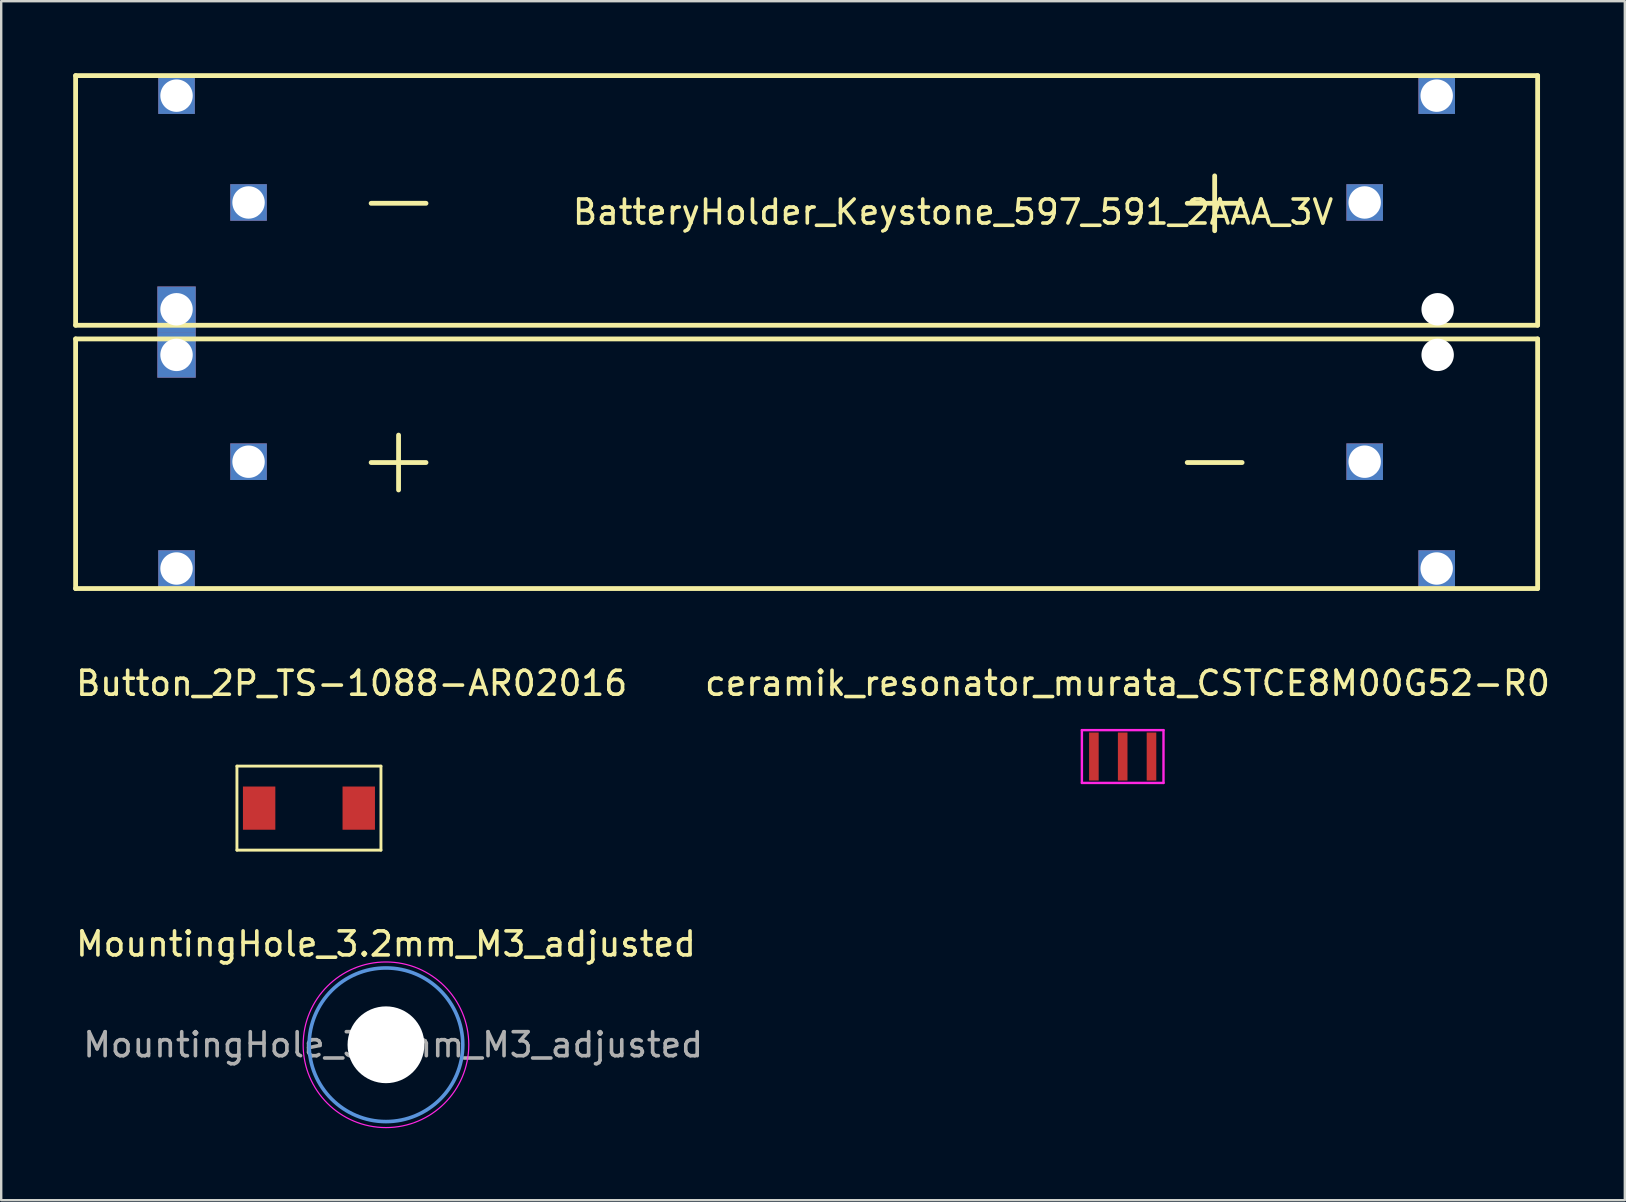
<source format=kicad_pcb>
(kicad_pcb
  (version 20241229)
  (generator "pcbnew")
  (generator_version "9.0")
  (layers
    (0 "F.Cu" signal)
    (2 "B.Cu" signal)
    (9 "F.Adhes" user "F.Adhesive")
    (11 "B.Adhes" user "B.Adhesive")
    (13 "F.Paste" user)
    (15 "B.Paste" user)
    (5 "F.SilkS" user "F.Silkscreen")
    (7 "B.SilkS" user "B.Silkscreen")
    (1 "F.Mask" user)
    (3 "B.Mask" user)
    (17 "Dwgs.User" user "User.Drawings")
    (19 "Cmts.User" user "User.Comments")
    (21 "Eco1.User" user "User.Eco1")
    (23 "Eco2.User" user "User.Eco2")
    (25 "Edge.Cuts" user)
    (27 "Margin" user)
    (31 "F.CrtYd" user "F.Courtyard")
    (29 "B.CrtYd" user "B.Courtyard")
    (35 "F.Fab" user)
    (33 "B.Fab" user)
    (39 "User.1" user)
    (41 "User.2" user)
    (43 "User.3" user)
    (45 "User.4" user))
  (footprint "Button_2P_TS-1088-AR02016"
    (layer "F.Cu")
    (at 9.821 30.618)
    (property "Reference" "Button_2P_TS-1088-AR02016" (at 1.78 -5.2 0) (layer "F.SilkS") (effects (font (size 1 1) (thickness 0.15))))
    (attr smd)
    (fp_line (start -3 -1.75) (end 3 -1.75) (stroke (width 0.12) (type solid)) (layer "F.SilkS"))
    (fp_line (start -3 1.75) (end -3 -1.75) (stroke (width 0.12) (type solid)) (layer "F.SilkS"))
    (fp_line (start 3 -1.75) (end 3 1.75) (stroke (width 0.12) (type solid)) (layer "F.SilkS"))
    (fp_line (start 3 1.75) (end -3 1.75) (stroke (width 0.12) (type solid)) (layer "F.SilkS"))
    (pad "1" smd rect (at -2.075 0) (size 1.35 1.8) (layers "F.Cu" "F.Mask" "F.Paste"))
    (pad "2" smd rect (at 2.075 0) (size 1.35 1.8) (layers "F.Cu" "F.Mask" "F.Paste")))
  (footprint "ceramik_resonator_murata_CSTCE8M00G52-R0"
    (layer "F.Cu")
    (at 43.723 28.468)
    (property "Reference" "ceramik_resonator_murata_CSTCE8M00G52-R0" (at 0.2 -3.05 0) (layer "F.SilkS") (effects (font (size 1 1) (thickness 0.15))))
    (attr smd)
    (fp_line (start -1.7 -1.1) (end 1.7 -1.1) (stroke (width 0.1) (type solid)) (layer "F.CrtYd"))
    (fp_line (start -1.7 1.1) (end -1.7 -1.1) (stroke (width 0.1) (type solid)) (layer "F.CrtYd"))
    (fp_line (start 1.7 -1.1) (end 1.7 1.1) (stroke (width 0.1) (type solid)) (layer "F.CrtYd"))
    (fp_line (start 1.7 1.1) (end -1.7 1.1) (stroke (width 0.1) (type solid)) (layer "F.CrtYd"))
    (pad "1" smd rect (at -1.2 0) (size 0.4 2) (layers "F.Cu" "F.Mask" "F.Paste"))
    (pad "2" smd rect (at 0 0) (size 0.4 2) (layers "F.Cu" "F.Mask" "F.Paste"))
    (pad "3" smd rect (at 1.2 0) (size 0.4 2) (layers "F.Cu" "F.Mask" "F.Paste")))
  (footprint "MountingHole_3.2mm_M3_adjusted"
    (layer "F.Cu")
    (at 13.03 40.477)
    (property "Reference" "MountingHole_3.2mm_M3_adjusted" (at 0 -4.2 0) (layer "F.SilkS") (effects (font (size 1 1) (thickness 0.15))))
    (attr exclude_from_pos_files exclude_from_bom)
    (fp_circle (center 0 0) (end 3.2 0) (stroke (width 0.15) (type solid)) (fill no) (layer "Cmts.User"))
    (fp_circle (center 0 0) (end 3.45 0) (stroke (width 0.05) (type solid)) (fill no) (layer "F.CrtYd"))
    (fp_text user "${REFERENCE}" (at 0.3 0 0) (layer "F.Fab") (effects (font (size 1 1) (thickness 0.15))))
    (pad "" np_thru_hole circle (at 0 0) (size 3.2 3.2) (drill 3.2) (layers "*.Cu" "*.Mask")))
  (footprint "BatteryHolder_Keystone_597_591_2AAA_3V"
    (layer "F.Cu")
    (at 30.555 10.785)
    (property "Reference" "BatteryHolder_Keystone_597_591_2AAA_3V" (at 6.1 -5 0) (layer "F.SilkS") (effects (font (size 1 1) (thickness 0.15))))
    (attr through_hole)
    (fp_line (start -30.455 -10.685) (end 30.455 -10.685) (stroke (width 0.2) (type solid)) (layer "F.SilkS"))
    (fp_line (start -30.455 -0.285) (end -30.455 -10.685) (stroke (width 0.2) (type solid)) (layer "F.SilkS"))
    (fp_line (start -30.455 -0.285) (end 30.455 -0.285) (stroke (width 0.2) (type solid)) (layer "F.SilkS"))
    (fp_line (start -30.455 10.685) (end -30.455 0.285) (stroke (width 0.2) (type solid)) (layer "F.SilkS"))
    (fp_line (start 30.455 -10.685) (end 30.455 -0.285) (stroke (width 0.2) (type solid)) (layer "F.SilkS"))
    (fp_line (start 30.455 0.285) (end -30.455 0.285) (stroke (width 0.2) (type solid)) (layer "F.SilkS"))
    (fp_line (start 30.455 0.285) (end 30.455 10.685) (stroke (width 0.2) (type solid)) (layer "F.SilkS"))
    (fp_line (start 30.455 10.685) (end -30.455 10.685) (stroke (width 0.2) (type solid)) (layer "F.SilkS"))
    (fp_text user "-" (at -17 -5.6 0) (layer "F.SilkS") (effects (font (size 3 3) (thickness 0.2))))
    (fp_text user "-" (at 17 5.2 0) (layer "F.SilkS") (effects (font (size 3 3) (thickness 0.2))))
    (fp_text user "+" (at 17 -5.6 0) (layer "F.SilkS") (effects (font (size 3 3) (thickness 0.2))))
    (fp_text user "+" (at -17 5.2 0) (layer "F.SilkS") (effects (font (size 3 3) (thickness 0.2))))
    (pad "" np_thru_hole circle (at 26.29 -0.95) (size 1.35 1.35) (drill 1.35) (layers "*.Cu" "*.Mask"))
    (pad "" np_thru_hole circle (at 26.29 0.95) (size 1.35 1.35) (drill 1.35) (layers "*.Cu" "*.Mask"))
    (pad "1" thru_hole rect (at 23.25 -5.4) (size 1.524 1.524) (drill 1.35) (layers "*.Cu" "*.Mask"))
    (pad "1" thru_hole rect (at 26.25 -9.85) (size 1.524 1.524) (drill 1.35) (layers "*.Cu" "*.Mask"))
    (pad "2" thru_hole rect (at 23.25 5.4) (size 1.524 1.524) (drill 1.35) (layers "*.Cu" "*.Mask"))
    (pad "2" thru_hole rect (at 26.25 9.85) (size 1.524 1.524) (drill 1.35) (layers "*.Cu" "*.Mask"))
    (pad "3" thru_hole rect (at -26.25 -9.85) (size 1.524 1.524) (drill 1.35) (layers "*.Cu" "*.Mask"))
    (pad "3" thru_hole rect (at -26.25 -0.95) (size 1.6 1.9) (drill 1.35) (layers "*.Cu" "*.Mask"))
    (pad "3" thru_hole rect (at -26.25 0.95) (size 1.6 1.9) (drill 1.35) (layers "*.Cu" "*.Mask"))
    (pad "3" thru_hole rect (at -26.25 9.85) (size 1.524 1.524) (drill 1.35) (layers "*.Cu" "*.Mask"))
    (pad "3" thru_hole rect (at -23.25 -5.4) (size 1.524 1.524) (drill 1.35) (layers "*.Cu" "*.Mask"))
    (pad "3" thru_hole rect (at -23.25 5.4) (size 1.524 1.524) (drill 1.35) (layers "*.Cu" "*.Mask")))
  (gr_rect
    (start -3 -3)
    (end 64.643 46.952)
    (stroke (width 0.1) (type default))
    (fill no)
    (layer "Edge.Cuts")))
</source>
